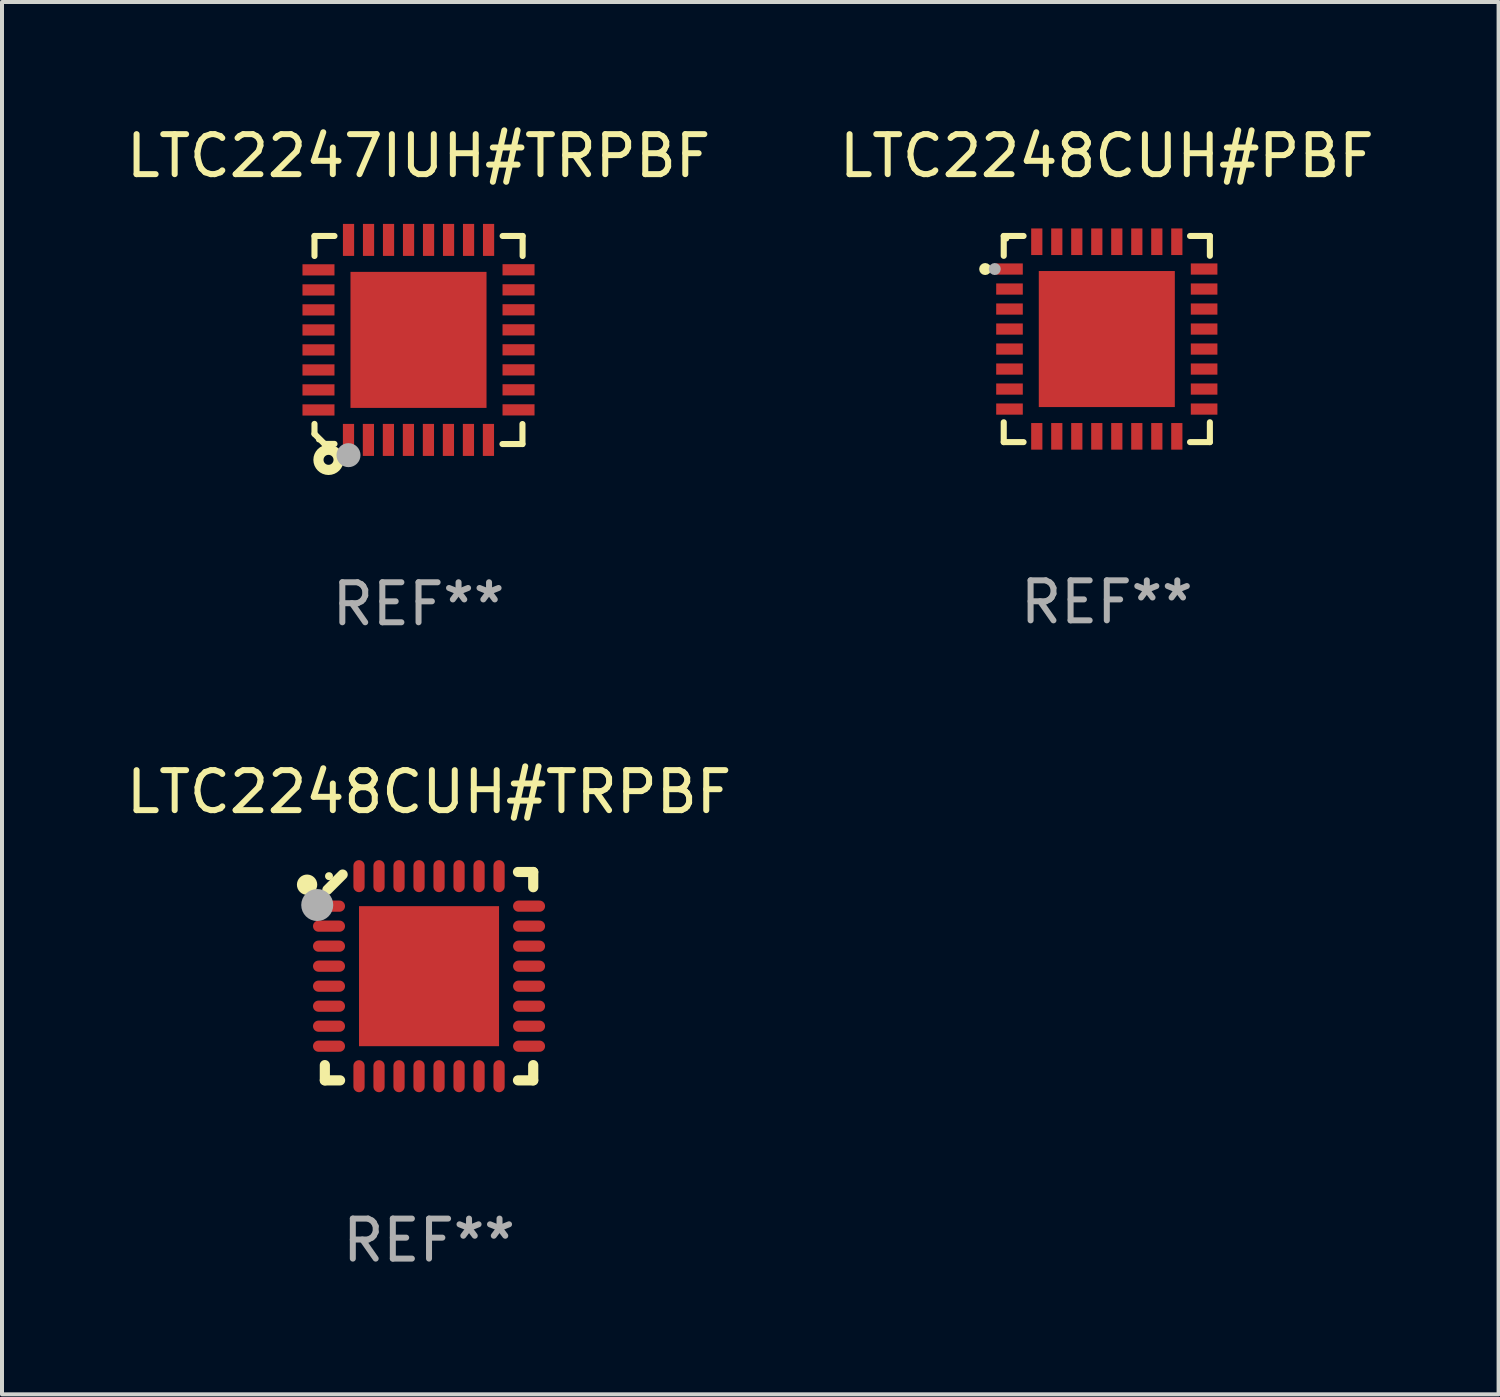
<source format=kicad_pcb>
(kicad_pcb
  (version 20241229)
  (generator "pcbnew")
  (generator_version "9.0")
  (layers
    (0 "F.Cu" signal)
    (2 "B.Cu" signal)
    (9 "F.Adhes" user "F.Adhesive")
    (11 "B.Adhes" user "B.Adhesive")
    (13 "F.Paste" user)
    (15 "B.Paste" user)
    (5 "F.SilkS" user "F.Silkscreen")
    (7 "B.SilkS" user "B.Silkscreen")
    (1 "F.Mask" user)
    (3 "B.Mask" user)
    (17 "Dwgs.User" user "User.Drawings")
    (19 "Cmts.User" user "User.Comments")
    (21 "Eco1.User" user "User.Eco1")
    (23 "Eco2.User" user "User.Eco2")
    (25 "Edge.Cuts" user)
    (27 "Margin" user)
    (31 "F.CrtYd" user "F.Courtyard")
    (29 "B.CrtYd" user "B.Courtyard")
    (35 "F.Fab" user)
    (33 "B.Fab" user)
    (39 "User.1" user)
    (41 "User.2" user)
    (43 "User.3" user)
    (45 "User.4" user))
  (footprint "LTC2248CUH#PBF"
    (layer "F.Cu")
    (at 24.613 5.424)
    (property "Reference" "LTC2248CUH#PBF" (at 0 -4.576 0) (layer "F.SilkS") (effects (font (size 1 1) (thickness 0.15))))
    (attr through_hole)
    (fp_line (start -2.576 -2.576) (end -2.576 -2.08) (stroke (width 0.152) (type solid)) (layer "F.SilkS"))
    (fp_line (start -2.576 2.576) (end -2.576 2.08) (stroke (width 0.152) (type solid)) (layer "F.SilkS"))
    (fp_line (start -2.08 -2.576) (end -2.576 -2.576) (stroke (width 0.152) (type solid)) (layer "F.SilkS"))
    (fp_line (start -2.08 2.576) (end -2.576 2.576) (stroke (width 0.152) (type solid)) (layer "F.SilkS"))
    (fp_line (start 2.08 -2.576) (end 2.576 -2.576) (stroke (width 0.152) (type solid)) (layer "F.SilkS"))
    (fp_line (start 2.08 2.576) (end 2.576 2.576) (stroke (width 0.152) (type solid)) (layer "F.SilkS"))
    (fp_line (start 2.576 -2.576) (end 2.576 -2.08) (stroke (width 0.152) (type solid)) (layer "F.SilkS"))
    (fp_line (start 2.576 2.576) (end 2.576 2.08) (stroke (width 0.152) (type solid)) (layer "F.SilkS"))
    (fp_circle (center -3.04 -1.75) (end -2.965 -1.75) (stroke (width 0.15) (type solid)) (fill no) (layer "F.SilkS"))
    (fp_circle (center -2.5 -2.5) (end -2.47 -2.5) (stroke (width 0.06) (type solid)) (fill no) (layer "F.SilkS"))
    (fp_circle (center -2.8 -1.75) (end -2.725 -1.75) (stroke (width 0.15) (type solid)) (fill no) (layer "F.Fab"))
    (fp_text user "REF**" (at 0 6.576 0) (layer "F.Fab") (effects (font (size 1 1) (thickness 0.15))))
    (pad "1" smd rect (at -2.432 -1.75) (size 0.665 0.28) (layers "F.Cu" "F.Mask" "F.Paste"))
    (pad "2" smd rect (at -2.432 -1.25) (size 0.665 0.28) (layers "F.Cu" "F.Mask" "F.Paste"))
    (pad "3" smd rect (at -2.432 -0.75) (size 0.665 0.28) (layers "F.Cu" "F.Mask" "F.Paste"))
    (pad "4" smd rect (at -2.432 -0.25) (size 0.665 0.28) (layers "F.Cu" "F.Mask" "F.Paste"))
    (pad "5" smd rect (at -2.432 0.25) (size 0.665 0.28) (layers "F.Cu" "F.Mask" "F.Paste"))
    (pad "6" smd rect (at -2.432 0.75) (size 0.665 0.28) (layers "F.Cu" "F.Mask" "F.Paste"))
    (pad "7" smd rect (at -2.432 1.25) (size 0.665 0.28) (layers "F.Cu" "F.Mask" "F.Paste"))
    (pad "8" smd rect (at -2.432 1.75) (size 0.665 0.28) (layers "F.Cu" "F.Mask" "F.Paste"))
    (pad "9" smd rect (at -1.75 2.432) (size 0.28 0.665) (layers "F.Cu" "F.Mask" "F.Paste"))
    (pad "10" smd rect (at -1.25 2.432) (size 0.28 0.665) (layers "F.Cu" "F.Mask" "F.Paste"))
    (pad "11" smd rect (at -0.75 2.432) (size 0.28 0.665) (layers "F.Cu" "F.Mask" "F.Paste"))
    (pad "12" smd rect (at -0.25 2.432) (size 0.28 0.665) (layers "F.Cu" "F.Mask" "F.Paste"))
    (pad "13" smd rect (at 0.25 2.432) (size 0.28 0.665) (layers "F.Cu" "F.Mask" "F.Paste"))
    (pad "14" smd rect (at 0.75 2.432) (size 0.28 0.665) (layers "F.Cu" "F.Mask" "F.Paste"))
    (pad "15" smd rect (at 1.25 2.432) (size 0.28 0.665) (layers "F.Cu" "F.Mask" "F.Paste"))
    (pad "16" smd rect (at 1.75 2.432) (size 0.28 0.665) (layers "F.Cu" "F.Mask" "F.Paste"))
    (pad "17" smd rect (at 2.432 1.75) (size 0.665 0.28) (layers "F.Cu" "F.Mask" "F.Paste"))
    (pad "18" smd rect (at 2.432 1.25) (size 0.665 0.28) (layers "F.Cu" "F.Mask" "F.Paste"))
    (pad "19" smd rect (at 2.432 0.75) (size 0.665 0.28) (layers "F.Cu" "F.Mask" "F.Paste"))
    (pad "20" smd rect (at 2.432 0.25) (size 0.665 0.28) (layers "F.Cu" "F.Mask" "F.Paste"))
    (pad "21" smd rect (at 2.432 -0.25) (size 0.665 0.28) (layers "F.Cu" "F.Mask" "F.Paste"))
    (pad "22" smd rect (at 2.432 -0.75) (size 0.665 0.28) (layers "F.Cu" "F.Mask" "F.Paste"))
    (pad "23" smd rect (at 2.432 -1.25) (size 0.665 0.28) (layers "F.Cu" "F.Mask" "F.Paste"))
    (pad "24" smd rect (at 2.432 -1.75) (size 0.665 0.28) (layers "F.Cu" "F.Mask" "F.Paste"))
    (pad "25" smd rect (at 1.75 -2.432) (size 0.28 0.665) (layers "F.Cu" "F.Mask" "F.Paste"))
    (pad "26" smd rect (at 1.25 -2.432) (size 0.28 0.665) (layers "F.Cu" "F.Mask" "F.Paste"))
    (pad "27" smd rect (at 0.75 -2.432) (size 0.28 0.665) (layers "F.Cu" "F.Mask" "F.Paste"))
    (pad "28" smd rect (at 0.25 -2.432) (size 0.28 0.665) (layers "F.Cu" "F.Mask" "F.Paste"))
    (pad "29" smd rect (at -0.25 -2.432) (size 0.28 0.665) (layers "F.Cu" "F.Mask" "F.Paste"))
    (pad "30" smd rect (at -0.75 -2.432) (size 0.28 0.665) (layers "F.Cu" "F.Mask" "F.Paste"))
    (pad "31" smd rect (at -1.25 -2.432) (size 0.28 0.665) (layers "F.Cu" "F.Mask" "F.Paste"))
    (pad "32" smd rect (at -1.75 -2.432) (size 0.28 0.665) (layers "F.Cu" "F.Mask" "F.Paste"))
    (pad "33" smd rect (at 0 0) (size 3.4 3.4) (layers "F.Cu" "F.Mask" "F.Paste")))
  (footprint "LTC2248CUH#TRPBF"
    (layer "F.Cu")
    (at 7.673 21.348)
    (property "Reference" "LTC2248CUH#TRPBF" (at 0 -4.604 0) (layer "F.SilkS") (effects (font (size 1 1) (thickness 0.15))))
    (attr through_hole)
    (fp_line (start -2.604 2.223) (end -2.604 2.604) (stroke (width 0.254) (type solid)) (layer "F.SilkS"))
    (fp_line (start -2.604 2.604) (end -2.223 2.604) (stroke (width 0.254) (type solid)) (layer "F.SilkS"))
    (fp_line (start -2.159 -2.54) (end -2.54 -2.159) (stroke (width 0.254) (type solid)) (layer "F.SilkS"))
    (fp_line (start 2.223 2.604) (end 2.604 2.604) (stroke (width 0.254) (type solid)) (layer "F.SilkS"))
    (fp_line (start 2.604 -2.604) (end 2.223 -2.604) (stroke (width 0.254) (type solid)) (layer "F.SilkS"))
    (fp_line (start 2.604 -2.223) (end 2.604 -2.604) (stroke (width 0.254) (type solid)) (layer "F.SilkS"))
    (fp_line (start 2.604 2.604) (end 2.604 2.223) (stroke (width 0.254) (type solid)) (layer "F.SilkS"))
    (fp_circle (center -3.048 -2.286) (end -2.921 -2.286) (stroke (width 0.254) (type solid)) (fill no) (layer "F.SilkS"))
    (fp_circle (center -2.5 -2.5) (end -2.45 -2.5) (stroke (width 0.1) (type solid)) (fill no) (layer "F.SilkS"))
    (fp_circle (center -2.794 -1.778) (end -2.594 -1.778) (stroke (width 0.4) (type solid)) (fill no) (layer "F.Fab"))
    (fp_text user "REF**" (at 0 6.604 0) (layer "F.Fab") (effects (font (size 1 1) (thickness 0.15))))
    (pad "1" smd oval (at -2.5 -1.75) (size 0.8 0.28) (layers "F.Cu" "F.Mask" "F.Paste"))
    (pad "2" smd oval (at -2.5 -1.25) (size 0.8 0.28) (layers "F.Cu" "F.Mask" "F.Paste"))
    (pad "3" smd oval (at -2.5 -0.75) (size 0.8 0.28) (layers "F.Cu" "F.Mask" "F.Paste"))
    (pad "4" smd oval (at -2.5 -0.25) (size 0.8 0.28) (layers "F.Cu" "F.Mask" "F.Paste"))
    (pad "5" smd oval (at -2.5 0.25) (size 0.8 0.28) (layers "F.Cu" "F.Mask" "F.Paste"))
    (pad "6" smd oval (at -2.5 0.75) (size 0.8 0.28) (layers "F.Cu" "F.Mask" "F.Paste"))
    (pad "7" smd oval (at -2.5 1.25) (size 0.8 0.28) (layers "F.Cu" "F.Mask" "F.Paste"))
    (pad "8" smd oval (at -2.5 1.75) (size 0.8 0.28) (layers "F.Cu" "F.Mask" "F.Paste"))
    (pad "9" smd oval (at -1.75 2.5) (size 0.28 0.8) (layers "F.Cu" "F.Mask" "F.Paste"))
    (pad "10" smd oval (at -1.25 2.5) (size 0.28 0.8) (layers "F.Cu" "F.Mask" "F.Paste"))
    (pad "11" smd oval (at -0.75 2.5) (size 0.28 0.8) (layers "F.Cu" "F.Mask" "F.Paste"))
    (pad "12" smd oval (at -0.25 2.5) (size 0.28 0.8) (layers "F.Cu" "F.Mask" "F.Paste"))
    (pad "13" smd oval (at 0.25 2.5) (size 0.28 0.8) (layers "F.Cu" "F.Mask" "F.Paste"))
    (pad "14" smd oval (at 0.75 2.5) (size 0.28 0.8) (layers "F.Cu" "F.Mask" "F.Paste"))
    (pad "15" smd oval (at 1.25 2.5) (size 0.28 0.8) (layers "F.Cu" "F.Mask" "F.Paste"))
    (pad "16" smd oval (at 1.75 2.5) (size 0.28 0.8) (layers "F.Cu" "F.Mask" "F.Paste"))
    (pad "17" smd oval (at 2.5 1.75) (size 0.8 0.28) (layers "F.Cu" "F.Mask" "F.Paste"))
    (pad "18" smd oval (at 2.5 1.25) (size 0.8 0.28) (layers "F.Cu" "F.Mask" "F.Paste"))
    (pad "19" smd oval (at 2.5 0.75) (size 0.8 0.28) (layers "F.Cu" "F.Mask" "F.Paste"))
    (pad "20" smd oval (at 2.5 0.25) (size 0.8 0.28) (layers "F.Cu" "F.Mask" "F.Paste"))
    (pad "21" smd oval (at 2.5 -0.25) (size 0.8 0.28) (layers "F.Cu" "F.Mask" "F.Paste"))
    (pad "22" smd oval (at 2.5 -0.75) (size 0.8 0.28) (layers "F.Cu" "F.Mask" "F.Paste"))
    (pad "23" smd oval (at 2.5 -1.25) (size 0.8 0.28) (layers "F.Cu" "F.Mask" "F.Paste"))
    (pad "24" smd oval (at 2.5 -1.75) (size 0.8 0.28) (layers "F.Cu" "F.Mask" "F.Paste"))
    (pad "25" smd oval (at 1.75 -2.5) (size 0.28 0.8) (layers "F.Cu" "F.Mask" "F.Paste"))
    (pad "26" smd oval (at 1.25 -2.5) (size 0.28 0.8) (layers "F.Cu" "F.Mask" "F.Paste"))
    (pad "27" smd oval (at 0.75 -2.5) (size 0.28 0.8) (layers "F.Cu" "F.Mask" "F.Paste"))
    (pad "28" smd oval (at 0.25 -2.5) (size 0.28 0.8) (layers "F.Cu" "F.Mask" "F.Paste"))
    (pad "29" smd oval (at -0.25 -2.5) (size 0.28 0.8) (layers "F.Cu" "F.Mask" "F.Paste"))
    (pad "30" smd oval (at -0.75 -2.5) (size 0.28 0.8) (layers "F.Cu" "F.Mask" "F.Paste"))
    (pad "31" smd oval (at -1.25 -2.5) (size 0.28 0.8) (layers "F.Cu" "F.Mask" "F.Paste"))
    (pad "32" smd oval (at -1.75 -2.5) (size 0.28 0.8) (layers "F.Cu" "F.Mask" "F.Paste"))
    (pad "33" smd rect (at 0.000076 0.000076) (size 3.5 3.5) (layers "F.Cu" "F.Mask" "F.Paste")))
  (footprint "LTC2247IUH#TRPBF"
    (layer "F.Cu")
    (at 7.411 5.448)
    (property "Reference" "LTC2247IUH#TRPBF" (at 0 -4.6 0) (layer "F.SilkS") (effects (font (size 1 1) (thickness 0.15))))
    (attr through_hole)
    (fp_line (start -2.601 2.097) (end -2.601 2.347) (stroke (width 0.152) (type solid)) (layer "F.SilkS"))
    (fp_line (start -2.601 2.347) (end -2.351 2.597) (stroke (width 0.152) (type solid)) (layer "F.SilkS"))
    (fp_line (start -2.601 -2.6) (end -2.601 -2.1) (stroke (width 0.152) (type solid)) (layer "F.SilkS"))
    (fp_line (start -2.601 -2.6) (end -2.101 -2.6) (stroke (width 0.152) (type solid)) (layer "F.SilkS"))
    (fp_line (start -2.351 2.597) (end -2.101 2.597) (stroke (width 0.152) (type solid)) (layer "F.SilkS"))
    (fp_line (start 2.597 2.6) (end 2.097 2.6) (stroke (width 0.152) (type solid)) (layer "F.SilkS"))
    (fp_line (start 2.597 2.6) (end 2.597 2.1) (stroke (width 0.152) (type solid)) (layer "F.SilkS"))
    (fp_line (start 2.601 -2.6) (end 2.101 -2.6) (stroke (width 0.152) (type solid)) (layer "F.SilkS"))
    (fp_line (start 2.601 -2.6) (end 2.601 -2.1) (stroke (width 0.152) (type solid)) (layer "F.SilkS"))
    (fp_circle (center -2.501 2.497) (end -2.471 2.497) (stroke (width 0.06) (type solid)) (fill no) (layer "F.SilkS"))
    (fp_circle (center -2.25 2.995) (end -2.125 2.995) (stroke (width 0.254) (type solid)) (fill no) (layer "F.SilkS"))
    (fp_circle (center -1.751 2.878) (end -1.601 2.878) (stroke (width 0.3) (type solid)) (fill no) (layer "F.Fab"))
    (fp_text user "REF**" (at 0 6.6 0) (layer "F.Fab") (effects (font (size 1 1) (thickness 0.15))))
    (pad "1" smd rect (at -1.751 2.497) (size 0.28 0.8) (layers "F.Cu" "F.Mask" "F.Paste"))
    (pad "2" smd rect (at -1.253 2.497) (size 0.28 0.8) (layers "F.Cu" "F.Mask" "F.Paste"))
    (pad "3" smd rect (at -0.753 2.497) (size 0.28 0.8) (layers "F.Cu" "F.Mask" "F.Paste"))
    (pad "4" smd rect (at -0.253 2.497) (size 0.28 0.8) (layers "F.Cu" "F.Mask" "F.Paste"))
    (pad "5" smd rect (at 0.247 2.497) (size 0.28 0.8) (layers "F.Cu" "F.Mask" "F.Paste"))
    (pad "6" smd rect (at 0.747 2.497) (size 0.28 0.8) (layers "F.Cu" "F.Mask" "F.Paste"))
    (pad "7" smd rect (at 1.247 2.497) (size 0.28 0.8) (layers "F.Cu" "F.Mask" "F.Paste"))
    (pad "8" smd rect (at 1.747 2.497) (size 0.28 0.8) (layers "F.Cu" "F.Mask" "F.Paste"))
    (pad "9" smd rect (at 2.499 1.746) (size 0.8 0.28) (layers "F.Cu" "F.Mask" "F.Paste"))
    (pad "10" smd rect (at 2.499 1.245) (size 0.8 0.28) (layers "F.Cu" "F.Mask" "F.Paste"))
    (pad "11" smd rect (at 2.499 0.746) (size 0.8 0.28) (layers "F.Cu" "F.Mask" "F.Paste"))
    (pad "12" smd rect (at 2.499 0.245) (size 0.8 0.28) (layers "F.Cu" "F.Mask" "F.Paste"))
    (pad "13" smd rect (at 2.499 -0.254) (size 0.8 0.28) (layers "F.Cu" "F.Mask" "F.Paste"))
    (pad "14" smd rect (at 2.499 -0.755) (size 0.8 0.28) (layers "F.Cu" "F.Mask" "F.Paste"))
    (pad "15" smd rect (at 2.499 -1.254) (size 0.8 0.28) (layers "F.Cu" "F.Mask" "F.Paste"))
    (pad "16" smd rect (at 2.499 -1.755) (size 0.8 0.28) (layers "F.Cu" "F.Mask" "F.Paste"))
    (pad "17" smd rect (at 1.75 -2.502) (size 0.28 0.8) (layers "F.Cu" "F.Mask" "F.Paste"))
    (pad "18" smd rect (at 1.25 -2.502) (size 0.28 0.8) (layers "F.Cu" "F.Mask" "F.Paste"))
    (pad "19" smd rect (at 0.75 -2.502) (size 0.28 0.8) (layers "F.Cu" "F.Mask" "F.Paste"))
    (pad "20" smd rect (at 0.25 -2.502) (size 0.28 0.8) (layers "F.Cu" "F.Mask" "F.Paste"))
    (pad "21" smd rect (at -0.25 -2.502) (size 0.28 0.8) (layers "F.Cu" "F.Mask" "F.Paste"))
    (pad "22" smd rect (at -0.75 -2.502) (size 0.28 0.8) (layers "F.Cu" "F.Mask" "F.Paste"))
    (pad "23" smd rect (at -1.25 -2.502) (size 0.28 0.8) (layers "F.Cu" "F.Mask" "F.Paste"))
    (pad "24" smd rect (at -1.75 -2.502) (size 0.28 0.8) (layers "F.Cu" "F.Mask" "F.Paste"))
    (pad "25" smd rect (at -2.501 -1.753) (size 0.8 0.28) (layers "F.Cu" "F.Mask" "F.Paste"))
    (pad "26" smd rect (at -2.501 -1.252) (size 0.8 0.28) (layers "F.Cu" "F.Mask" "F.Paste"))
    (pad "27" smd rect (at -2.501 -0.753) (size 0.8 0.28) (layers "F.Cu" "F.Mask" "F.Paste"))
    (pad "28" smd rect (at -2.501 -0.252) (size 0.8 0.28) (layers "F.Cu" "F.Mask" "F.Paste"))
    (pad "29" smd rect (at -2.501 0.247) (size 0.8 0.28) (layers "F.Cu" "F.Mask" "F.Paste"))
    (pad "30" smd rect (at -2.501 0.748) (size 0.8 0.28) (layers "F.Cu" "F.Mask" "F.Paste"))
    (pad "31" smd rect (at -2.501 1.247) (size 0.8 0.28) (layers "F.Cu" "F.Mask" "F.Paste"))
    (pad "32" smd rect (at -2.501 1.748) (size 0.8 0.28) (layers "F.Cu" "F.Mask" "F.Paste"))
    (pad "33" smd rect (at -0.001 -0.003 180) (size 3.4 3.4) (layers "F.Cu" "F.Mask" "F.Paste")))
  (gr_rect
    (start -3 -3)
    (end 34.405 31.8)
    (stroke (width 0.1) (type default))
    (fill no)
    (layer "Edge.Cuts")))
</source>
